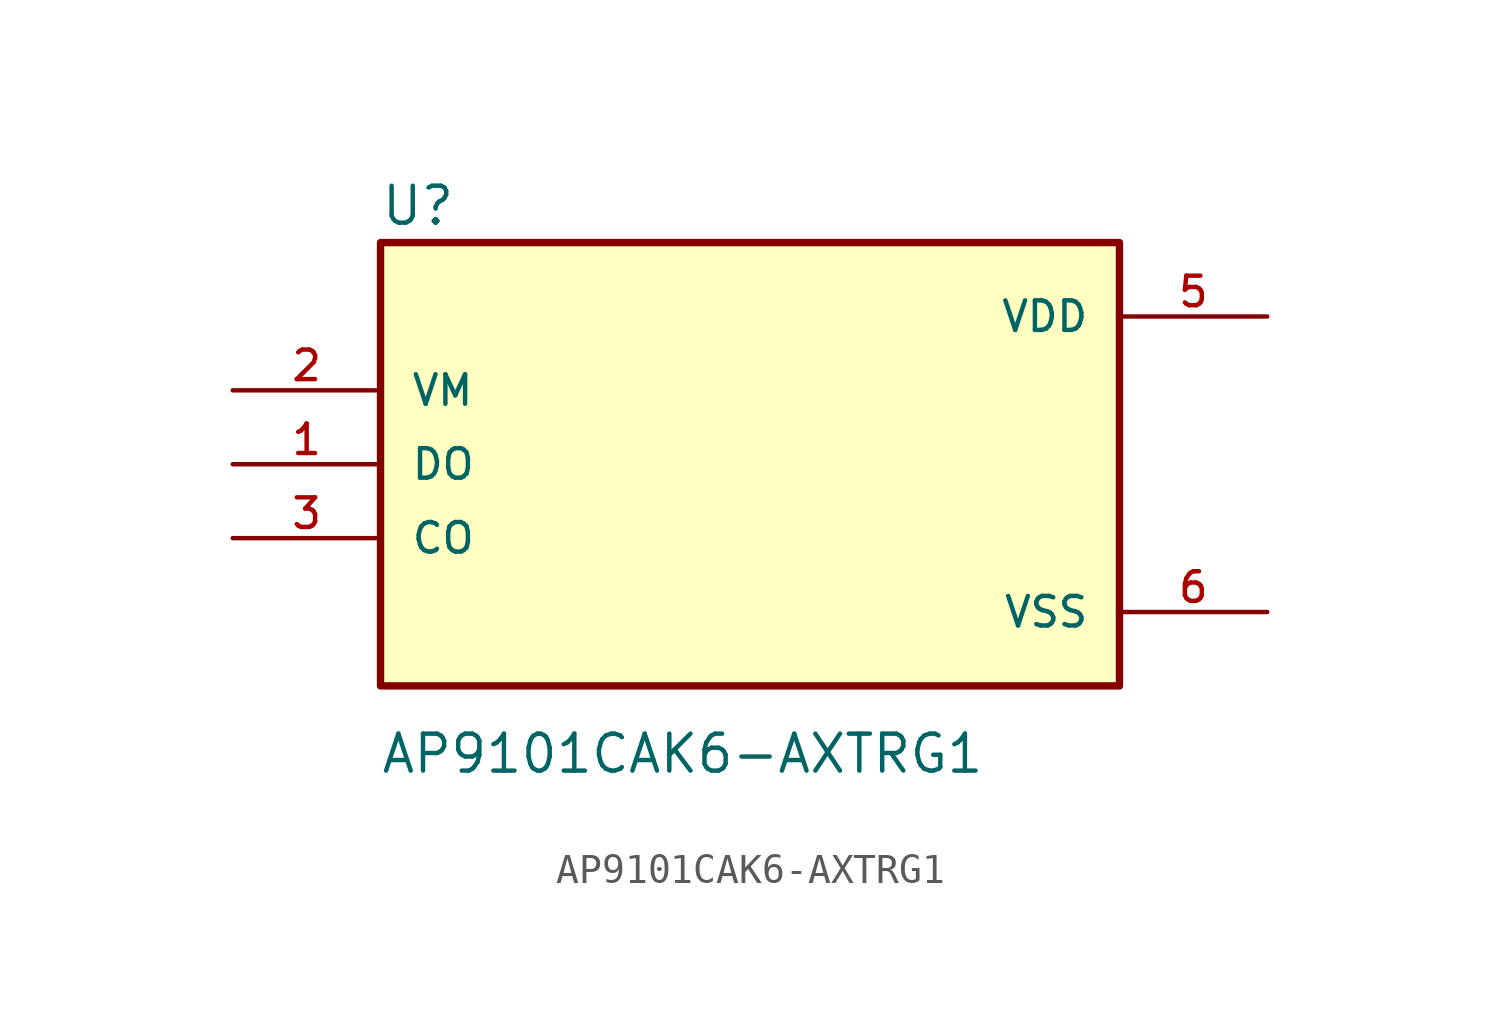
<source format=kicad_sym>
(kicad_symbol_lib
  (version 20211014)
  (generator kicad_symbol_editor)
  (symbol "AP9101CAK6-AXTRG1"
    (pin_names
      (offset 1.016))
    (property "Reference" "U"
      (at -12.721 8.141 0)
      (effects (font (size 1.27 1.27)) (justify bottom left)))
    (property "Value" "AP9101CAK6-AXTRG1"
      (at -12.731 -10.694 0)
      (effects (font (size 1.27 1.27)) (justify bottom left)))
    (symbol "AP9101CAK6-AXTRG1_0_0"
      (rectangle (start -12.7 -7.62) (end 12.7 7.62) (stroke (width 0.254)) (fill (type background)))
      (pin input line (at -17.78 2.54 0) (length 5.08) (name "VM" (effects (font (size 1.016 1.016)))) (number "2" (effects (font (size 1.016 1.016)))))
      (pin bidirectional line (at -17.78 0.0 0) (length 5.08) (name "DO" (effects (font (size 1.016 1.016)))) (number "1" (effects (font (size 1.016 1.016)))))
      (pin bidirectional line (at -17.78 -2.54 0) (length 5.08) (name "CO" (effects (font (size 1.016 1.016)))) (number "3" (effects (font (size 1.016 1.016)))))
      (pin power_in line (at 17.78 5.08 180.0) (length 5.08) (name "VDD" (effects (font (size 1.016 1.016)))) (number "5" (effects (font (size 1.016 1.016)))))
      (pin power_in line (at 17.78 -5.08 180.0) (length 5.08) (name "VSS" (effects (font (size 1.016 1.016)))) (number "6" (effects (font (size 1.016 1.016))))))))
</source>
